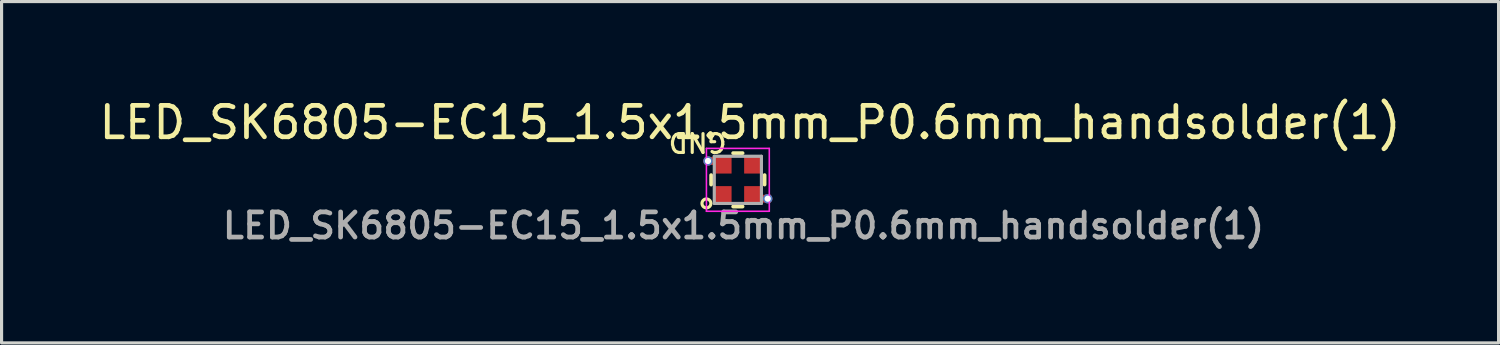
<source format=kicad_pcb>
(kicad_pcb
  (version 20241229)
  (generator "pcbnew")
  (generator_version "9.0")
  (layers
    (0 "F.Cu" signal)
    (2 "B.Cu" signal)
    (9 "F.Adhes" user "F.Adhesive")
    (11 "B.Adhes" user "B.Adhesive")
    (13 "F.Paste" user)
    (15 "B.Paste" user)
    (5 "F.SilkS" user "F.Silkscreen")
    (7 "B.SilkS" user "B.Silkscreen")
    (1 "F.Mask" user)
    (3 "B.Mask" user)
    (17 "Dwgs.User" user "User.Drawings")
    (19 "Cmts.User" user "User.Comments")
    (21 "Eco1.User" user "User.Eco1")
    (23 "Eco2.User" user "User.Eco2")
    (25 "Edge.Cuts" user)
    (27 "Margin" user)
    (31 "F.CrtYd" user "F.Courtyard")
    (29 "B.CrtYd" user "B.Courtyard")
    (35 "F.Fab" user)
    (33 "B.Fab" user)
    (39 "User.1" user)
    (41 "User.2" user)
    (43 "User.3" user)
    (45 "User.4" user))
  (footprint "LED_SK6805-EC15_1.5x1.5mm_P0.6mm_handsolder(1)"
    (layer "F.Cu")
    (at 20.427 2.672)
    (property "Reference" "LED_SK6805-EC15_1.5x1.5mm_P0.6mm_handsolder(1)" (at 0.389 -1.824 0) (layer "F.SilkS") (effects (font (size 1 1) (thickness 0.15))))
    (attr smd)
    (fp_line (start -0.85 -0.15) (end -0.85 0.15) (stroke (width 0.12) (type solid)) (layer "F.SilkS"))
    (fp_line (start -0.15 -0.85) (end 0.15 -0.85) (stroke (width 0.12) (type solid)) (layer "F.SilkS"))
    (fp_line (start 0.15 0.85) (end -0.15 0.85) (stroke (width 0.12) (type solid)) (layer "F.SilkS"))
    (fp_line (start 0.85 -0.15) (end 0.85 0.15) (stroke (width 0.12) (type solid)) (layer "F.SilkS"))
    (fp_circle (center -1 0.75) (end -0.9 0.65) (stroke (width 0.1) (type default)) (fill no) (layer "F.SilkS"))
    (fp_line (start -1 -1) (end -1 1) (stroke (width 0.05) (type solid)) (layer "F.CrtYd"))
    (fp_line (start -1 1) (end 1 1) (stroke (width 0.05) (type solid)) (layer "F.CrtYd"))
    (fp_line (start 1 -1) (end -1 -1) (stroke (width 0.05) (type solid)) (layer "F.CrtYd"))
    (fp_line (start 1 1) (end 1 -1) (stroke (width 0.05) (type solid)) (layer "F.CrtYd"))
    (fp_line (start -0.75 -0.75) (end -0.75 0.75) (stroke (width 0.1) (type solid)) (layer "F.Fab"))
    (fp_line (start -0.75 0.75) (end 0.75 0.75) (stroke (width 0.1) (type solid)) (layer "F.Fab"))
    (fp_line (start 0.75 -0.75) (end -0.75 -0.75) (stroke (width 0.1) (type solid)) (layer "F.Fab"))
    (fp_line (start 0.75 0.75) (end 0.75 -0.75) (stroke (width 0.1) (type solid)) (layer "F.Fab"))
    (fp_text user "GND" (at -0.3 -1.55 180) (unlocked yes) (layer "F.SilkS") (effects (font (size 0.6 0.6) (thickness 0.1)) (justify left bottom)))
    (fp_text user "${REFERENCE}" (at 0.18 1.458 0) (layer "F.Fab") (effects (font (size 0.8 0.8) (thickness 0.15))))
    (pad "1" smd rect (at -0.475 0.475) (size 0.55 0.55) (layers "F.Cu" "F.Mask" "F.Paste"))
    (pad "2" smd rect (at 0.475 0.475) (size 0.55 0.55) (layers "F.Cu" "F.Mask" "F.Paste"))
    (pad "2" smd rect (at 0.8 0.6) (size 0.5 0.25) (layers "F.Cu" "F.Mask" "F.Paste"))
    (pad "2" thru_hole circle (at 0.95 0.6) (size 0.3 0.3) (drill 0.2) (layers "*.Cu" "*.Mask"))
    (pad "3" smd rect (at 0.475 -0.475) (size 0.55 0.55) (layers "F.Cu" "F.Mask" "F.Paste"))
    (pad "4" thru_hole circle (at -0.95 -0.6) (size 0.3 0.3) (drill 0.2) (layers "*.Cu" "*.Mask"))
    (pad "4" smd rect (at -0.7 -0.6) (size 0.5 0.25) (layers "F.Cu" "F.Mask" "F.Paste"))
    (pad "4" smd rect (at -0.475 -0.475) (size 0.55 0.55) (layers "F.Cu" "F.Mask" "F.Paste")))
  (gr_rect
    (start -3 -3)
    (end 44.631 7.861)
    (stroke (width 0.1) (type default))
    (fill no)
    (layer "Edge.Cuts")))
</source>
